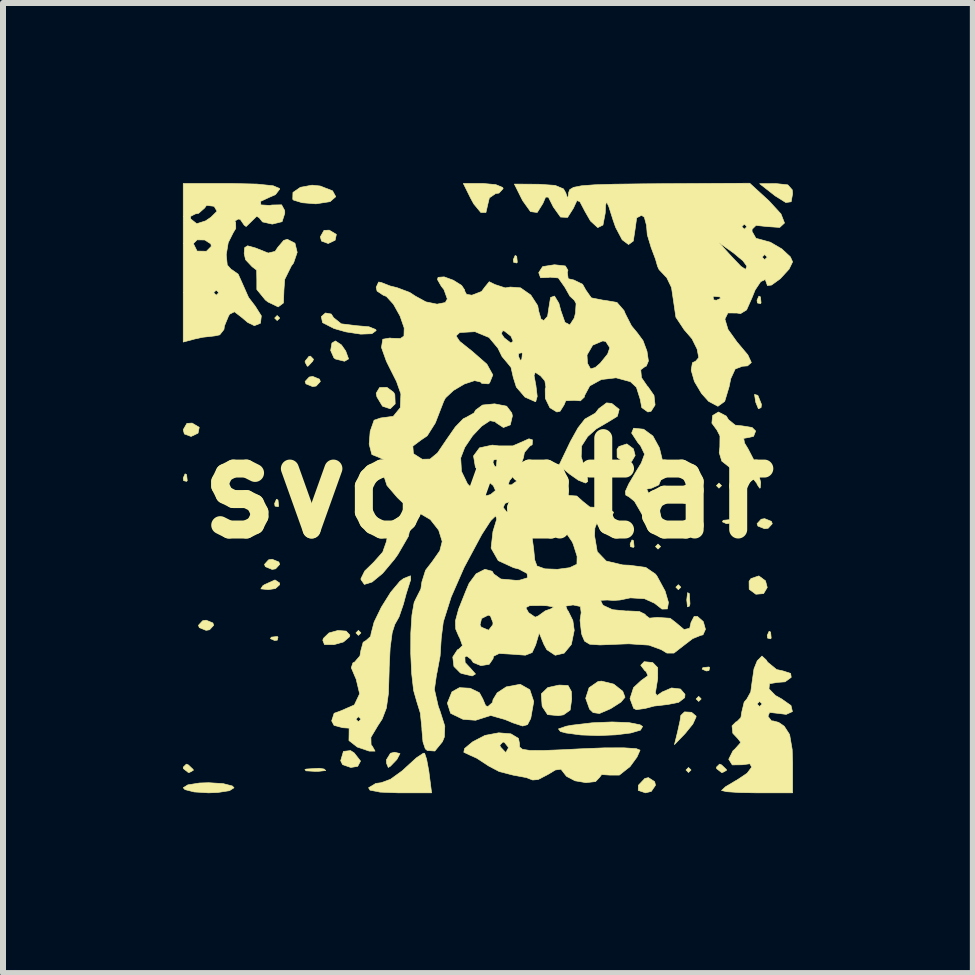
<source format=kicad_pcb>
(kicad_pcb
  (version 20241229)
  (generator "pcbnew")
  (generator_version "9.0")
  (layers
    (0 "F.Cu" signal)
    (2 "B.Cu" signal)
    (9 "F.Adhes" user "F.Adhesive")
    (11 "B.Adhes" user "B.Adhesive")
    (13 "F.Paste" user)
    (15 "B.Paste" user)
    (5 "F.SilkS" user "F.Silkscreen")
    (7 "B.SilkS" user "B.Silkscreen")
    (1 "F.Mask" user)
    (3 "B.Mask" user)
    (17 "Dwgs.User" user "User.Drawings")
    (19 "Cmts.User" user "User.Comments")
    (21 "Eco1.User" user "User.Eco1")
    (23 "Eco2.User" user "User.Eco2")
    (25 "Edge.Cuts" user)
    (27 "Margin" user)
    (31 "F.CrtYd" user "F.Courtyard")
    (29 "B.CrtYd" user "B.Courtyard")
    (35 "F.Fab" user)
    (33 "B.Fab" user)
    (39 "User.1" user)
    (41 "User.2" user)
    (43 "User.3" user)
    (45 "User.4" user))
  (footprint "svovatar"
    (layer "F.Cu")
    (at 5.085 5.089)
    (property "Reference" "svovatar" (at 0 0 0) (layer "F.SilkS") (effects (font (size 1.524 1.524) (thickness 0.3))))
    (attr through_hole)
    (fp_poly (pts (xy -3.471 -2.836) (xy -3.514 -2.794) (xy -3.556 -2.836) (xy -3.514 -2.879) (xy -3.471 -2.836)) (stroke (width 0.01) (type solid)) (fill yes) (layer "F.SilkS"))
    (fp_poly (pts (xy -2.117 2.413) (xy -2.159 2.455) (xy -2.201 2.413) (xy -2.159 2.371) (xy -2.117 2.413)) (stroke (width 0.01) (type solid)) (fill yes) (layer "F.SilkS"))
    (fp_poly (pts (xy 2.371 0.635) (xy 2.328 0.677) (xy 2.286 0.635) (xy 2.328 0.593) (xy 2.371 0.635)) (stroke (width 0.01) (type solid)) (fill yes) (layer "F.SilkS"))
    (fp_poly (pts (xy 2.879 0.974) (xy 2.836 1.016) (xy 2.794 0.974) (xy 2.836 0.931) (xy 2.879 0.974)) (stroke (width 0.01) (type solid)) (fill yes) (layer "F.SilkS"))
    (fp_poly (pts (xy 3.217 1.651) (xy 3.175 1.693) (xy 3.133 1.651) (xy 3.175 1.609) (xy 3.217 1.651)) (stroke (width 0.01) (type solid)) (fill yes) (layer "F.SilkS"))
    (fp_poly (pts (xy 3.387 4.699) (xy 3.344 4.741) (xy 3.302 4.699) (xy 3.344 4.657) (xy 3.387 4.699)) (stroke (width 0.01) (type solid)) (fill yes) (layer "F.SilkS"))
    (fp_poly (pts (xy 3.556 3.514) (xy 3.514 3.556) (xy 3.471 3.514) (xy 3.514 3.471) (xy 3.556 3.514)) (stroke (width 0.01) (type solid)) (fill yes) (layer "F.SilkS"))
    (fp_poly (pts (xy 3.895 -0.042) (xy 3.852 0) (xy 3.81 -0.042) (xy 3.852 -0.085) (xy 3.895 -0.042)) (stroke (width 0.01) (type solid)) (fill yes) (layer "F.SilkS"))
    (fp_poly (pts (xy -5.024 -0.226) (xy -5.013 -0.125) (xy -5.024 -0.113) (xy -5.074 -0.125) (xy -5.08 -0.169) (xy -5.049 -0.239) (xy -5.024 -0.226)) (stroke (width 0.01) (type solid)) (fill yes) (layer "F.SilkS"))
    (fp_poly (pts (xy -3.5 0.198) (xy -3.489 0.298) (xy -3.5 0.31) (xy -3.55 0.299) (xy -3.556 0.254) (xy -3.525 0.184) (xy -3.5 0.198)) (stroke (width 0.01) (type solid)) (fill yes) (layer "F.SilkS"))
    (fp_poly (pts (xy -3.5 2.484) (xy -3.511 2.534) (xy -3.556 2.54) (xy -3.626 2.509) (xy -3.612 2.484) (xy -3.512 2.473) (xy -3.5 2.484)) (stroke (width 0.01) (type solid)) (fill yes) (layer "F.SilkS"))
    (fp_poly (pts (xy 0.48 -3.866) (xy 0.49 -3.766) (xy 0.48 -3.754) (xy 0.429 -3.765) (xy 0.423 -3.81) (xy 0.454 -3.88) (xy 0.48 -3.866)) (stroke (width 0.01) (type solid)) (fill yes) (layer "F.SilkS"))
    (fp_poly (pts (xy 2.427 0.875) (xy 2.437 0.975) (xy 2.427 0.988) (xy 2.377 0.976) (xy 2.371 0.931) (xy 2.402 0.862) (xy 2.427 0.875)) (stroke (width 0.01) (type solid)) (fill yes) (layer "F.SilkS"))
    (fp_poly (pts (xy 3.358 1.757) (xy 3.369 1.93) (xy 3.358 1.968) (xy 3.327 1.979) (xy 3.315 1.863) (xy 3.329 1.742) (xy 3.358 1.757)) (stroke (width 0.01) (type solid)) (fill yes) (layer "F.SilkS"))
    (fp_poly (pts (xy 3.697 2.992) (xy 3.685 3.042) (xy 3.641 3.048) (xy 3.571 3.017) (xy 3.584 2.992) (xy 3.685 2.981) (xy 3.697 2.992)) (stroke (width 0.01) (type solid)) (fill yes) (layer "F.SilkS"))
    (fp_poly (pts (xy 4.036 0.536) (xy 4.024 0.587) (xy 3.979 0.593) (xy 3.91 0.562) (xy 3.923 0.536) (xy 4.023 0.526) (xy 4.036 0.536)) (stroke (width 0.01) (type solid)) (fill yes) (layer "F.SilkS"))
    (fp_poly (pts (xy 4.544 -3.189) (xy 4.554 -3.089) (xy 4.544 -3.076) (xy 4.493 -3.088) (xy 4.487 -3.133) (xy 4.518 -3.202) (xy 4.544 -3.189)) (stroke (width 0.01) (type solid)) (fill yes) (layer "F.SilkS"))
    (fp_poly (pts (xy 4.713 2.399) (xy 4.723 2.499) (xy 4.713 2.512) (xy 4.663 2.5) (xy 4.657 2.455) (xy 4.688 2.386) (xy 4.713 2.399)) (stroke (width 0.01) (type solid)) (fill yes) (layer "F.SilkS"))
    (fp_poly (pts (xy -4.813 -1.014) (xy -4.833 -0.917) (xy -4.949 -0.862) (xy -5.061 -0.903) (xy -5.08 -0.974) (xy -5.019 -1.08) (xy -4.932 -1.085) (xy -4.813 -1.014)) (stroke (width 0.01) (type solid)) (fill yes) (layer "F.SilkS"))
    (fp_poly (pts (xy -2.527 -4.231) (xy -2.547 -4.134) (xy -2.663 -4.079) (xy -2.775 -4.12) (xy -2.794 -4.191) (xy -2.733 -4.298) (xy -2.646 -4.302) (xy -2.527 -4.231)) (stroke (width 0.01) (type solid)) (fill yes) (layer "F.SilkS"))
    (fp_poly (pts (xy 4.498 -1.548) (xy 4.502 -1.544) (xy 4.561 -1.397) (xy 4.554 -1.343) (xy 4.51 -1.323) (xy 4.465 -1.433) (xy 4.445 -1.563) (xy 4.498 -1.548)) (stroke (width 0.01) (type solid)) (fill yes) (layer "F.SilkS"))
    (fp_poly (pts (xy -4.995 4.614) (xy -4.915 4.69) (xy -4.911 4.704) (xy -4.976 4.74) (xy -4.995 4.741) (xy -5.077 4.676) (xy -5.08 4.652) (xy -5.028 4.601) (xy -4.995 4.614)) (stroke (width 0.01) (type solid)) (fill yes) (layer "F.SilkS"))
    (fp_poly (pts (xy -4.586 2.247) (xy -4.572 2.286) (xy -4.641 2.361) (xy -4.699 2.371) (xy -4.812 2.325) (xy -4.826 2.286) (xy -4.757 2.211) (xy -4.699 2.201) (xy -4.586 2.247)) (stroke (width 0.01) (type solid)) (fill yes) (layer "F.SilkS"))
    (fp_poly (pts (xy -3.486 1.231) (xy -3.471 1.27) (xy -3.54 1.345) (xy -3.598 1.355) (xy -3.711 1.309) (xy -3.725 1.27) (xy -3.657 1.195) (xy -3.598 1.185) (xy -3.486 1.231)) (stroke (width 0.01) (type solid)) (fill yes) (layer "F.SilkS"))
    (fp_poly (pts (xy -3.474 1.58) (xy -3.471 1.609) (xy -3.543 1.674) (xy -3.662 1.692) (xy -3.786 1.679) (xy -3.755 1.629) (xy -3.725 1.609) (xy -3.55 1.53) (xy -3.474 1.58)) (stroke (width 0.01) (type solid)) (fill yes) (layer "F.SilkS"))
    (fp_poly (pts (xy -2.908 -2.149) (xy -2.921 -2.117) (xy -2.997 -2.036) (xy -3.011 -2.032) (xy -3.047 -2.098) (xy -3.048 -2.117) (xy -2.983 -2.198) (xy -2.958 -2.201) (xy -2.908 -2.149)) (stroke (width 0.01) (type solid)) (fill yes) (layer "F.SilkS"))
    (fp_poly (pts (xy -2.808 -1.817) (xy -2.794 -1.778) (xy -2.863 -1.703) (xy -2.921 -1.693) (xy -3.034 -1.739) (xy -3.048 -1.778) (xy -2.979 -1.853) (xy -2.921 -1.863) (xy -2.808 -1.817)) (stroke (width 0.01) (type solid)) (fill yes) (layer "F.SilkS"))
    (fp_poly (pts (xy -2.731 4.683) (xy -2.704 4.708) (xy -2.821 4.721) (xy -2.879 4.722) (xy -3.033 4.713) (xy -3.051 4.691) (xy -3.027 4.683) (xy -2.812 4.67) (xy -2.731 4.683)) (stroke (width 0.01) (type solid)) (fill yes) (layer "F.SilkS"))
    (fp_poly (pts (xy -2.23 4.414) (xy -2.124 4.55) (xy -2.171 4.638) (xy -2.286 4.657) (xy -2.423 4.61) (xy -2.455 4.544) (xy -2.409 4.389) (xy -2.291 4.375) (xy -2.23 4.414)) (stroke (width 0.01) (type solid)) (fill yes) (layer "F.SilkS"))
    (fp_poly (pts (xy 2.426 -0.656) (xy 2.455 -0.545) (xy 2.395 -0.444) (xy 2.267 -0.432) (xy 2.154 -0.515) (xy 2.153 -0.649) (xy 2.184 -0.694) (xy 2.316 -0.738) (xy 2.426 -0.656)) (stroke (width 0.01) (type solid)) (fill yes) (layer "F.SilkS"))
    (fp_poly (pts (xy 2.78 4.894) (xy 2.794 4.953) (xy 2.724 5.056) (xy 2.627 5.08) (xy 2.506 5.039) (xy 2.509 4.953) (xy 2.616 4.84) (xy 2.676 4.826) (xy 2.78 4.894)) (stroke (width 0.01) (type solid)) (fill yes) (layer "F.SilkS"))
    (fp_poly (pts (xy 3.895 4.614) (xy 3.975 4.69) (xy 3.979 4.704) (xy 3.914 4.74) (xy 3.895 4.741) (xy 3.813 4.676) (xy 3.81 4.652) (xy 3.862 4.601) (xy 3.895 4.614)) (stroke (width 0.01) (type solid)) (fill yes) (layer "F.SilkS"))
    (fp_poly (pts (xy 4.628 1.545) (xy 4.657 1.656) (xy 4.596 1.758) (xy 4.468 1.769) (xy 4.356 1.686) (xy 4.354 1.553) (xy 4.386 1.507) (xy 4.517 1.463) (xy 4.628 1.545)) (stroke (width 0.01) (type solid)) (fill yes) (layer "F.SilkS"))
    (fp_poly (pts (xy 4.727 0.554) (xy 4.741 0.593) (xy 4.673 0.668) (xy 4.614 0.677) (xy 4.502 0.632) (xy 4.487 0.593) (xy 4.556 0.518) (xy 4.614 0.508) (xy 4.727 0.554)) (stroke (width 0.01) (type solid)) (fill yes) (layer "F.SilkS"))
    (fp_poly (pts (xy -1.466 4.425) (xy -1.514 4.517) (xy -1.524 4.53) (xy -1.625 4.635) (xy -1.661 4.657) (xy -1.69 4.588) (xy -1.693 4.53) (xy -1.625 4.42) (xy -1.556 4.403) (xy -1.466 4.425)) (stroke (width 0.01) (type solid)) (fill yes) (layer "F.SilkS"))
    (fp_poly (pts (xy 5 -5.057) (xy 5.074 -4.974) (xy 5.08 -4.911) (xy 5.056 -4.775) (xy 4.967 -4.762) (xy 4.791 -4.872) (xy 4.741 -4.911) (xy 4.53 -5.076) (xy 4.805 -5.078) (xy 5 -5.057)) (stroke (width 0.01) (type solid)) (fill yes) (layer "F.SilkS"))
    (fp_poly (pts (xy -2.443 -2.389) (xy -2.371 -2.286) (xy -2.323 -2.155) (xy -2.388 -2.117) (xy -2.396 -2.117) (xy -2.541 -2.153) (xy -2.568 -2.173) (xy -2.622 -2.296) (xy -2.601 -2.419) (xy -2.543 -2.455) (xy -2.443 -2.389)) (stroke (width 0.01) (type solid)) (fill yes) (layer "F.SilkS"))
    (fp_poly (pts (xy -2.364 2.383) (xy -2.302 2.449) (xy -2.307 2.477) (xy -2.408 2.564) (xy -2.567 2.609) (xy -2.725 2.608) (xy -2.753 2.536) (xy -2.742 2.503) (xy -2.65 2.414) (xy -2.502 2.373) (xy -2.364 2.383)) (stroke (width 0.01) (type solid)) (fill yes) (layer "F.SilkS"))
    (fp_poly (pts (xy -1.572 -1.598) (xy -1.552 -1.561) (xy -1.546 -1.405) (xy -1.629 -1.324) (xy -1.753 -1.364) (xy -1.761 -1.372) (xy -1.851 -1.522) (xy -1.863 -1.583) (xy -1.806 -1.678) (xy -1.684 -1.681) (xy -1.572 -1.598)) (stroke (width 0.01) (type solid)) (fill yes) (layer "F.SilkS"))
    (fp_poly (pts (xy 3.395 3.737) (xy 3.47 3.8) (xy 3.471 3.814) (xy 3.417 3.932) (xy 3.29 4.089) (xy 3.11 4.276) (xy 3.162 4.064) (xy 3.203 3.88) (xy 3.216 3.789) (xy 3.278 3.73) (xy 3.395 3.737)) (stroke (width 0.01) (type solid)) (fill yes) (layer "F.SilkS"))
    (fp_poly (pts (xy -4.415 4.926) (xy -4.262 4.965) (xy -4.233 4.995) (xy -4.309 5.044) (xy -4.504 5.074) (xy -4.657 5.08) (xy -4.898 5.065) (xy -5.051 5.026) (xy -5.08 4.995) (xy -5.004 4.947) (xy -4.809 4.916) (xy -4.657 4.911) (xy -4.415 4.926)) (stroke (width 0.01) (type solid)) (fill yes) (layer "F.SilkS"))
    (fp_poly (pts (xy -2.797 -5.038) (xy -2.59 -4.957) (xy -2.537 -4.86) (xy -2.631 -4.777) (xy -2.864 -4.741) (xy -2.874 -4.741) (xy -3.097 -4.759) (xy -3.239 -4.802) (xy -3.254 -4.816) (xy -3.251 -4.93) (xy -3.127 -5.016) (xy -2.932 -5.052) (xy -2.797 -5.038)) (stroke (width 0.01) (type solid)) (fill yes) (layer "F.SilkS"))
    (fp_poly (pts (xy 1.336 3.29) (xy 1.391 3.389) (xy 1.397 3.514) (xy 1.371 3.7) (xy 1.261 3.779) (xy 1.175 3.793) (xy 0.995 3.776) (xy 0.908 3.644) (xy 0.903 3.626) (xy 0.89 3.43) (xy 0.999 3.324) (xy 1.187 3.283) (xy 1.336 3.29)) (stroke (width 0.01) (type solid)) (fill yes) (layer "F.SilkS"))
    (fp_poly (pts (xy 0.131 -5.061) (xy 0.246 -5.013) (xy 0.254 -4.995) (xy 0.185 -4.92) (xy 0.127 -4.911) (xy 0.024 -4.84) (xy 0 -4.741) (xy -0.033 -4.596) (xy -0.119 -4.597) (xy -0.236 -4.739) (xy -0.284 -4.826) (xy -0.41 -5.08) (xy -0.078 -5.08) (xy 0.131 -5.061)) (stroke (width 0.01) (type solid)) (fill yes) (layer "F.SilkS"))
    (fp_poly (pts (xy 2.097 3.267) (xy 2.248 3.386) (xy 2.286 3.486) (xy 2.219 3.566) (xy 2.055 3.671) (xy 2.041 3.679) (xy 1.86 3.757) (xy 1.754 3.742) (xy 1.695 3.685) (xy 1.63 3.503) (xy 1.687 3.327) (xy 1.836 3.224) (xy 1.894 3.217) (xy 2.097 3.267)) (stroke (width 0.01) (type solid)) (fill yes) (layer "F.SilkS"))
    (fp_poly (pts (xy -2.612 -2.903) (xy -2.573 -2.842) (xy -2.445 -2.74) (xy -2.192 -2.709) (xy -1.984 -2.691) (xy -1.87 -2.645) (xy -1.863 -2.628) (xy -1.935 -2.575) (xy -2.12 -2.568) (xy -2.366 -2.605) (xy -2.566 -2.662) (xy -2.757 -2.76) (xy -2.778 -2.86) (xy -2.709 -2.921) (xy -2.612 -2.903)) (stroke (width 0.01) (type solid)) (fill yes) (layer "F.SilkS"))
    (fp_poly (pts (xy 2.352 3.909) (xy 2.536 3.945) (xy 2.579 3.974) (xy 2.543 4.035) (xy 2.38 4.082) (xy 2.132 4.113) (xy 1.842 4.125) (xy 1.551 4.115) (xy 1.301 4.082) (xy 1.209 4.057) (xy 1.176 4.014) (xy 1.307 3.969) (xy 1.401 3.952) (xy 1.738 3.912) (xy 2.07 3.898) (xy 2.352 3.909)) (stroke (width 0.01) (type solid)) (fill yes) (layer "F.SilkS"))
    (fp_poly (pts (xy -1.022 4.52) (xy -0.985 4.72) (xy -0.979 4.768) (xy -0.939 5.08) (xy -1.491 5.08) (xy -1.798 5.068) (xy -1.966 5.035) (xy -1.99 4.995) (xy -1.87 4.923) (xy -1.78 4.911) (xy -1.625 4.854) (xy -1.427 4.711) (xy -1.357 4.646) (xy -1.191 4.495) (xy -1.078 4.42) (xy -1.056 4.419) (xy -1.022 4.52)) (stroke (width 0.01) (type solid)) (fill yes) (layer "F.SilkS"))
    (fp_poly (pts (xy -1.368 0.458) (xy -1.282 0.588) (xy -1.325 0.801) (xy -1.501 1.105) (xy -1.558 1.185) (xy -1.755 1.42) (xy -1.931 1.565) (xy -2.06 1.605) (xy -2.116 1.525) (xy -2.117 1.508) (xy -2.054 1.381) (xy -1.905 1.236) (xy -1.754 1.066) (xy -1.693 0.893) (xy -1.651 0.691) (xy -1.551 0.525) (xy -1.43 0.446) (xy -1.368 0.458)) (stroke (width 0.01) (type solid)) (fill yes) (layer "F.SilkS"))
    (fp_poly (pts (xy 2.064 -1.413) (xy 2.189 -1.314) (xy 2.158 -1.198) (xy 2.011 -1.108) (xy 1.806 -0.988) (xy 1.662 -0.859) (xy 1.562 -0.703) (xy 1.555 -0.523) (xy 1.639 -0.261) (xy 1.65 -0.233) (xy 1.665 -0.111) (xy 1.627 -0.085) (xy 1.505 -0.134) (xy 1.364 -0.233) (xy 1.185 -0.381) (xy 1.376 -0.779) (xy 1.502 -1.005) (xy 1.617 -1.152) (xy 1.668 -1.181) (xy 1.791 -1.251) (xy 1.848 -1.325) (xy 1.978 -1.422) (xy 2.064 -1.413)) (stroke (width 0.01) (type solid)) (fill yes) (layer "F.SilkS"))
    (fp_poly (pts (xy -3.217 -4.084) (xy -3.18 -3.932) (xy -3.241 -3.753) (xy -3.277 -3.706) (xy -3.388 -3.481) (xy -3.401 -3.303) (xy -3.409 -3.088) (xy -3.497 -3.022) (xy -3.667 -3.104) (xy -3.711 -3.138) (xy -3.853 -3.312) (xy -3.853 -3.469) (xy -3.856 -3.635) (xy -3.931 -3.692) (xy -4.041 -3.809) (xy -4.064 -3.913) (xy -4.056 -4.01) (xy -4.007 -4.041) (xy -3.876 -4.005) (xy -3.663 -3.92) (xy -3.548 -3.948) (xy -3.505 -4.013) (xy -3.405 -4.131) (xy -3.344 -4.149) (xy -3.217 -4.084)) (stroke (width 0.01) (type solid)) (fill yes) (layer "F.SilkS"))
    (fp_poly (pts (xy 2.747 2.907) (xy 2.831 2.993) (xy 2.831 3.178) (xy 2.821 3.235) (xy 2.792 3.415) (xy 2.819 3.458) (xy 2.906 3.398) (xy 3.062 3.331) (xy 3.21 3.349) (xy 3.286 3.437) (xy 3.281 3.493) (xy 3.18 3.571) (xy 2.999 3.607) (xy 2.771 3.633) (xy 2.62 3.673) (xy 2.476 3.693) (xy 2.43 3.672) (xy 2.369 3.509) (xy 2.428 3.325) (xy 2.551 3.211) (xy 2.668 3.126) (xy 2.637 3.056) (xy 2.617 3.044) (xy 2.548 2.953) (xy 2.605 2.893) (xy 2.747 2.907)) (stroke (width 0.01) (type solid)) (fill yes) (layer "F.SilkS"))
    (fp_poly (pts (xy 0.698 3.36) (xy 0.764 3.557) (xy 0.715 3.833) (xy 0.711 3.845) (xy 0.66 3.943) (xy 0.579 3.966) (xy 0.42 3.914) (xy 0.284 3.857) (xy 0.046 3.79) (xy -0.067 3.826) (xy -0.205 3.87) (xy -0.415 3.854) (xy -0.622 3.754) (xy -0.676 3.584) (xy -0.6 3.396) (xy -0.475 3.326) (xy -0.296 3.336) (xy -0.142 3.41) (xy -0.085 3.515) (xy -0.038 3.627) (xy 0 3.641) (xy 0.077 3.573) (xy 0.085 3.527) (xy 0.154 3.413) (xy 0.306 3.313) (xy 0.538 3.27) (xy 0.698 3.36)) (stroke (width 0.01) (type solid)) (fill yes) (layer "F.SilkS"))
    (fp_poly (pts (xy 2.594 -0.983) (xy 2.597 -0.982) (xy 2.751 -0.869) (xy 2.859 -0.672) (xy 2.916 -0.438) (xy 2.915 -0.216) (xy 2.849 -0.055) (xy 2.729 0) (xy 2.647 0.016) (xy 2.684 0.092) (xy 2.739 0.155) (xy 2.849 0.331) (xy 2.879 0.451) (xy 2.829 0.572) (xy 2.717 0.58) (xy 2.596 0.485) (xy 2.543 0.39) (xy 2.444 0.22) (xy 2.355 0.147) (xy 2.298 0.115) (xy 2.292 0.054) (xy 2.348 -0.07) (xy 2.478 -0.29) (xy 2.557 -0.419) (xy 2.612 -0.567) (xy 2.544 -0.708) (xy 2.501 -0.758) (xy 2.396 -0.919) (xy 2.429 -1) (xy 2.594 -0.983)) (stroke (width 0.01) (type solid)) (fill yes) (layer "F.SilkS"))
    (fp_poly (pts (xy 3.974 -1.202) (xy 4.01 -1.143) (xy 4.122 -1.051) (xy 4.242 -1.038) (xy 4.404 -1.012) (xy 4.464 -0.953) (xy 4.429 -0.864) (xy 4.358 -0.847) (xy 4.264 -0.83) (xy 4.279 -0.751) (xy 4.337 -0.656) (xy 4.43 -0.477) (xy 4.505 -0.27) (xy 4.548 -0.093) (xy 4.54 -0.003) (xy 4.531 0) (xy 4.488 -0.064) (xy 4.487 -0.075) (xy 4.419 -0.163) (xy 4.339 -0.205) (xy 4.05 -0.331) (xy 3.899 -0.451) (xy 3.856 -0.595) (xy 3.867 -0.685) (xy 3.869 -0.87) (xy 3.819 -0.968) (xy 3.734 -1.084) (xy 3.746 -1.211) (xy 3.843 -1.27) (xy 3.974 -1.202)) (stroke (width 0.01) (type solid)) (fill yes) (layer "F.SilkS"))
    (fp_poly (pts (xy 0.383 4.096) (xy 0.509 4.172) (xy 0.526 4.254) (xy 0.528 4.316) (xy 0.576 4.354) (xy 0.699 4.373) (xy 0.922 4.374) (xy 1.272 4.36) (xy 1.52 4.347) (xy 1.938 4.33) (xy 2.265 4.329) (xy 2.473 4.343) (xy 2.537 4.368) (xy 2.486 4.483) (xy 2.37 4.642) (xy 2.191 4.784) (xy 2.034 4.784) (xy 1.896 4.775) (xy 1.863 4.82) (xy 1.795 4.892) (xy 1.635 4.91) (xy 1.452 4.879) (xy 1.311 4.805) (xy 1.286 4.774) (xy 1.218 4.686) (xy 1.124 4.699) (xy 1 4.774) (xy 0.838 4.858) (xy 0.746 4.866) (xy 0.638 4.825) (xy 0.439 4.788) (xy 0.426 4.786) (xy 0.188 4.725) (xy 0.012 4.632) (xy -0.187 4.502) (xy -0.296 4.453) (xy -0.402 4.403) (xy -0.39 4.342) (xy -0.322 4.285) (xy 0.198 4.285) (xy 0.212 4.318) (xy 0.288 4.399) (xy 0.301 4.403) (xy 0.338 4.337) (xy 0.339 4.318) (xy 0.274 4.237) (xy 0.249 4.233) (xy 0.198 4.285) (xy -0.322 4.285) (xy -0.253 4.228) (xy -0.049 4.122) (xy 0.18 4.079) (xy 0.383 4.096)) (stroke (width 0.01) (type solid)) (fill yes) (layer "F.SilkS"))
    (fp_poly (pts (xy -1.287 1.527) (xy -1.3 1.564) (xy -1.362 1.759) (xy -1.409 1.934) (xy -1.482 2.147) (xy -1.553 2.273) (xy -1.596 2.408) (xy -1.63 2.663) (xy -1.646 2.985) (xy -1.647 3.049) (xy -1.658 3.417) (xy -1.693 3.666) (xy -1.763 3.849) (xy -1.836 3.961) (xy -1.951 4.154) (xy -1.948 4.277) (xy -1.925 4.307) (xy -1.882 4.384) (xy -1.979 4.384) (xy -2.179 4.316) (xy -2.317 4.208) (xy -2.315 4.103) (xy -2.314 4.001) (xy -2.42 3.994) (xy -2.566 3.955) (xy -2.605 3.88) (xy -2.596 3.852) (xy -2.201 3.852) (xy -2.159 3.895) (xy -2.117 3.852) (xy -2.159 3.81) (xy -2.201 3.852) (xy -2.596 3.852) (xy -2.564 3.753) (xy -2.448 3.711) (xy -2.227 3.614) (xy -2.139 3.428) (xy -2.198 3.18) (xy -2.205 3.167) (xy -2.278 2.994) (xy -2.251 2.913) (xy -2.223 2.9) (xy -2.134 2.797) (xy -2.117 2.702) (xy -2.08 2.569) (xy -2.032 2.54) (xy -1.956 2.472) (xy -1.947 2.421) (xy -1.898 2.234) (xy -1.777 1.985) (xy -1.621 1.736) (xy -1.468 1.553) (xy -1.407 1.507) (xy -1.291 1.461) (xy -1.287 1.527)) (stroke (width 0.01) (type solid)) (fill yes) (layer "F.SilkS"))
    (fp_poly (pts (xy 4.642 2.867) (xy 4.662 2.9) (xy 4.813 3.024) (xy 4.922 3.048) (xy 5.047 3.089) (xy 5.057 3.154) (xy 4.954 3.229) (xy 4.831 3.238) (xy 4.695 3.26) (xy 4.686 3.346) (xy 4.794 3.457) (xy 4.895 3.513) (xy 5.053 3.624) (xy 5.077 3.725) (xy 4.973 3.772) (xy 4.857 3.757) (xy 4.696 3.739) (xy 4.669 3.804) (xy 4.669 3.804) (xy 4.73 3.882) (xy 4.752 3.88) (xy 4.847 3.905) (xy 4.94 3.969) (xy 5.03 4.108) (xy 5.073 4.358) (xy 5.08 4.582) (xy 5.08 5.08) (xy 4.487 5.08) (xy 4.195 5.075) (xy 3.984 5.061) (xy 3.895 5.041) (xy 3.895 5.04) (xy 3.962 4.978) (xy 4.125 4.881) (xy 4.149 4.868) (xy 4.321 4.753) (xy 4.398 4.651) (xy 4.367 4.595) (xy 4.24 4.612) (xy 4.074 4.614) (xy 4.015 4.52) (xy 4.085 4.38) (xy 4.119 4.349) (xy 4.216 4.24) (xy 4.17 4.179) (xy 4.083 4.086) (xy 4.07 3.963) (xy 4.138 3.895) (xy 4.149 3.895) (xy 4.218 3.824) (xy 4.233 3.73) (xy 4.265 3.598) (xy 4.487 3.598) (xy 4.53 3.641) (xy 4.572 3.598) (xy 4.53 3.556) (xy 4.487 3.598) (xy 4.265 3.598) (xy 4.272 3.568) (xy 4.318 3.514) (xy 4.382 3.398) (xy 4.404 3.234) (xy 4.436 3.013) (xy 4.49 2.879) (xy 4.569 2.799) (xy 4.642 2.867)) (stroke (width 0.01) (type solid)) (fill yes) (layer "F.SilkS"))
    (fp_poly (pts (xy -3.851 -5.07) (xy -3.581 -5.042) (xy -3.473 -4.996) (xy -3.471 -4.987) (xy -3.542 -4.894) (xy -3.641 -4.851) (xy -3.79 -4.782) (xy -3.786 -4.723) (xy -3.64 -4.714) (xy -3.598 -4.721) (xy -3.44 -4.724) (xy -3.388 -4.628) (xy -3.387 -4.582) (xy -3.432 -4.443) (xy -3.593 -4.403) (xy -3.598 -4.403) (xy -3.758 -4.439) (xy -3.813 -4.508) (xy -3.855 -4.534) (xy -3.94 -4.45) (xy -4.031 -4.362) (xy -4.064 -4.386) (xy -4.129 -4.481) (xy -4.163 -4.487) (xy -4.22 -4.453) (xy -4.206 -4.432) (xy -4.204 -4.33) (xy -4.247 -4.259) (xy -4.33 -4.093) (xy -4.363 -3.892) (xy -4.346 -3.721) (xy -4.275 -3.641) (xy -4.267 -3.641) (xy -4.164 -3.568) (xy -4.096 -3.417) (xy -3.991 -3.18) (xy -3.879 -3.033) (xy -3.778 -2.873) (xy -3.792 -2.75) (xy -3.894 -2.709) (xy -4.005 -2.763) (xy -4.108 -2.85) (xy -4.226 -2.941) (xy -4.304 -2.902) (xy -4.324 -2.871) (xy -4.393 -2.704) (xy -4.401 -2.646) (xy -4.472 -2.556) (xy -4.551 -2.539) (xy -4.754 -2.516) (xy -4.889 -2.487) (xy -5.08 -2.436) (xy -5.08 -3.26) (xy -4.572 -3.26) (xy -4.53 -3.217) (xy -4.487 -3.26) (xy -4.53 -3.302) (xy -4.572 -3.26) (xy -5.08 -3.26) (xy -5.08 -4.078) (xy -4.911 -4.078) (xy -4.849 -3.953) (xy -4.695 -3.95) (xy -4.691 -3.952) (xy -4.612 -4.032) (xy -4.62 -4.073) (xy -4.722 -4.138) (xy -4.849 -4.14) (xy -4.911 -4.078) (xy -5.08 -4.078) (xy -5.08 -4.529) (xy -4.962 -4.529) (xy -4.953 -4.487) (xy -4.855 -4.409) (xy -4.708 -4.456) (xy -4.618 -4.517) (xy -4.517 -4.617) (xy -4.56 -4.691) (xy -4.575 -4.701) (xy -4.692 -4.715) (xy -4.722 -4.672) (xy -4.824 -4.582) (xy -4.88 -4.572) (xy -4.962 -4.529) (xy -5.08 -4.529) (xy -5.08 -5.08) (xy -4.276 -5.08) (xy -3.851 -5.07)) (stroke (width 0.01) (type solid)) (fill yes) (layer "F.SilkS"))
    (fp_poly (pts (xy 4.687 -4.789) (xy 4.886 -4.572) (xy 4.945 -4.421) (xy 4.865 -4.347) (xy 4.649 -4.362) (xy 4.47 -4.381) (xy 4.405 -4.317) (xy 4.403 -4.282) (xy 4.469 -4.166) (xy 4.533 -4.149) (xy 4.708 -4.101) (xy 4.9 -3.989) (xy 5.043 -3.856) (xy 5.08 -3.773) (xy 5.021 -3.652) (xy 4.878 -3.496) (xy 4.868 -3.487) (xy 4.728 -3.386) (xy 4.658 -3.378) (xy 4.657 -3.387) (xy 4.624 -3.479) (xy 4.548 -3.443) (xy 4.455 -3.304) (xy 4.402 -3.172) (xy 4.313 -2.972) (xy 4.212 -2.91) (xy 4.151 -2.92) (xy 4.001 -2.921) (xy 3.951 -2.819) (xy 4.003 -2.646) (xy 4.152 -2.438) (xy 4.334 -2.221) (xy 4.392 -2.095) (xy 4.329 -2.039) (xy 4.241 -2.032) (xy 4.123 -1.987) (xy 4.049 -1.826) (xy 4.022 -1.693) (xy 3.948 -1.447) (xy 3.835 -1.365) (xy 3.68 -1.447) (xy 3.562 -1.578) (xy 3.443 -1.778) (xy 3.389 -1.967) (xy 3.41 -2.092) (xy 3.463 -2.117) (xy 3.515 -2.177) (xy 3.488 -2.319) (xy 3.403 -2.49) (xy 3.28 -2.633) (xy 3.276 -2.636) (xy 3.134 -2.85) (xy 3.097 -3.102) (xy 3.084 -3.189) (xy 3.754 -3.189) (xy 3.765 -3.139) (xy 3.81 -3.133) (xy 3.88 -3.164) (xy 3.866 -3.189) (xy 3.766 -3.199) (xy 3.754 -3.189) (xy 3.084 -3.189) (xy 3.061 -3.345) (xy 2.98 -3.513) (xy 2.963 -3.528) (xy 2.853 -3.645) (xy 2.829 -3.697) (xy 2.794 -3.819) (xy 2.722 -4.01) (xy 2.697 -4.093) (xy 3.852 -4.093) (xy 4.058 -3.867) (xy 4.218 -3.699) (xy 4.296 -3.647) (xy 4.316 -3.696) (xy 4.315 -3.704) (xy 4.251 -3.792) (xy 4.178 -3.852) (xy 4.572 -3.852) (xy 4.614 -3.81) (xy 4.657 -3.852) (xy 4.614 -3.895) (xy 4.572 -3.852) (xy 4.178 -3.852) (xy 4.098 -3.919) (xy 4.083 -3.93) (xy 3.852 -4.093) (xy 2.697 -4.093) (xy 2.657 -4.225) (xy 2.646 -4.36) (xy 4.233 -4.36) (xy 4.276 -4.318) (xy 4.318 -4.36) (xy 4.276 -4.403) (xy 4.233 -4.36) (xy 2.646 -4.36) (xy 2.644 -4.382) (xy 2.608 -4.517) (xy 2.561 -4.549) (xy 2.48 -4.507) (xy 2.455 -4.325) (xy 2.424 -4.12) (xy 2.345 -4.062) (xy 2.239 -4.141) (xy 2.129 -4.349) (xy 2.088 -4.466) (xy 2.015 -4.696) (xy 1.978 -4.775) (xy 1.962 -4.716) (xy 1.956 -4.586) (xy 1.918 -4.387) (xy 1.831 -4.344) (xy 1.71 -4.455) (xy 1.617 -4.617) (xy 1.533 -4.777) (xy 1.484 -4.795) (xy 1.432 -4.683) (xy 1.429 -4.674) (xy 1.328 -4.514) (xy 1.211 -4.52) (xy 1.089 -4.691) (xy 1.082 -4.706) (xy 1.008 -4.852) (xy 0.962 -4.853) (xy 0.917 -4.748) (xy 0.822 -4.596) (xy 0.71 -4.611) (xy 0.579 -4.794) (xy 0.565 -4.821) (xy 0.441 -5.07) (xy 0.851 -5.067) (xy 1.121 -5.048) (xy 1.26 -4.99) (xy 1.298 -4.924) (xy 1.329 -4.828) (xy 1.343 -4.898) (xy 1.345 -4.926) (xy 1.364 -4.977) (xy 1.427 -5.015) (xy 1.557 -5.041) (xy 1.778 -5.058) (xy 2.111 -5.068) (xy 2.58 -5.074) (xy 2.86 -5.076) (xy 4.365 -5.084) (xy 4.687 -4.789)) (stroke (width 0.01) (type solid)) (fill yes) (layer "F.SilkS"))
    (fp_poly (pts (xy 1.291 -3.705) (xy 1.334 -3.633) (xy 1.324 -3.598) (xy 1.338 -3.492) (xy 1.432 -3.471) (xy 1.578 -3.4) (xy 1.633 -3.302) (xy 1.724 -3.173) (xy 1.927 -3.133) (xy 1.942 -3.133) (xy 2.151 -3.097) (xy 2.269 -2.961) (xy 2.291 -2.907) (xy 2.394 -2.706) (xy 2.491 -2.589) (xy 2.586 -2.46) (xy 2.652 -2.283) (xy 2.676 -2.12) (xy 2.64 -2.034) (xy 2.626 -2.032) (xy 2.548 -1.974) (xy 2.56 -1.843) (xy 2.655 -1.704) (xy 2.667 -1.693) (xy 2.769 -1.546) (xy 2.787 -1.387) (xy 2.72 -1.282) (xy 2.667 -1.27) (xy 2.565 -1.343) (xy 2.54 -1.479) (xy 2.476 -1.682) (xy 2.376 -1.775) (xy 2.136 -1.84) (xy 1.891 -1.811) (xy 1.698 -1.705) (xy 1.61 -1.541) (xy 1.609 -1.52) (xy 1.542 -1.456) (xy 1.439 -1.464) (xy 1.298 -1.457) (xy 1.27 -1.389) (xy 1.203 -1.282) (xy 1.149 -1.27) (xy 1.033 -1.341) (xy 0.957 -1.498) (xy 0.955 -1.658) (xy 0.967 -1.683) (xy 0.949 -1.79) (xy 0.877 -1.873) (xy 0.789 -1.931) (xy 0.769 -1.878) (xy 0.8 -1.713) (xy 0.822 -1.53) (xy 0.797 -1.443) (xy 0.79 -1.442) (xy 0.618 -1.518) (xy 0.474 -1.685) (xy 0.423 -1.846) (xy 0.385 -2.014) (xy 0.333 -2.078) (xy 0.236 -2.194) (xy 0.232 -2.201) (xy 0.508 -2.201) (xy 0.539 -2.132) (xy 0.564 -2.145) (xy 0.572 -2.22) (xy 1.652 -2.22) (xy 1.66 -2.081) (xy 1.712 -1.988) (xy 1.791 -2.013) (xy 1.873 -2.084) (xy 1.996 -2.236) (xy 2.032 -2.341) (xy 1.965 -2.445) (xy 1.915 -2.455) (xy 1.747 -2.384) (xy 1.652 -2.22) (xy 0.572 -2.22) (xy 0.575 -2.245) (xy 0.564 -2.258) (xy 0.514 -2.246) (xy 0.508 -2.201) (xy 0.232 -2.201) (xy 0.167 -2.334) (xy 0.019 -2.512) (xy -0.136 -2.576) (xy 0.224 -2.576) (xy 0.272 -2.506) (xy 0.383 -2.42) (xy 0.421 -2.45) (xy 0.384 -2.534) (xy 0.275 -2.62) (xy 0.246 -2.625) (xy 0.224 -2.576) (xy -0.136 -2.576) (xy -0.215 -2.609) (xy -0.464 -2.595) (xy -0.476 -2.59) (xy -0.531 -2.538) (xy -0.471 -2.448) (xy -0.282 -2.297) (xy -0.265 -2.284) (xy -0.017 -2.067) (xy 0.082 -1.888) (xy 0.028 -1.755) (xy 0.006 -1.739) (xy -0.104 -1.748) (xy -0.122 -1.77) (xy -0.222 -1.793) (xy -0.392 -1.737) (xy -0.573 -1.63) (xy -0.707 -1.505) (xy -0.736 -1.451) (xy -0.877 -1.087) (xy -1.012 -0.873) (xy -1.122 -0.798) (xy -1.252 -0.7) (xy -1.242 -0.575) (xy -1.097 -0.483) (xy -1.094 -0.482) (xy -0.965 -0.485) (xy -0.84 -0.588) (xy -0.691 -0.808) (xy -0.543 -1.021) (xy -0.411 -1.157) (xy -0.357 -1.183) (xy -0.233 -1.253) (xy -0.204 -1.302) (xy -0.09 -1.386) (xy 0.111 -1.406) (xy 0.312 -1.367) (xy 0.398 -1.254) (xy 0.408 -1.204) (xy 0.373 -1.055) (xy 0.258 -1.011) (xy 0.132 -1.094) (xy 0.123 -1.108) (xy 0.034 -1.125) (xy -0.104 -1.034) (xy -0.256 -0.873) (xy -0.386 -0.68) (xy -0.454 -0.503) (xy -0.441 -0.28) (xy -0.34 -0.071) (xy -0.188 0.079) (xy -0.02 0.126) (xy 0.046 0.105) (xy 0.126 0.038) (xy 0.09 -0.042) (xy -0.034 -0.147) (xy -0.209 -0.35) (xy -0.221 -0.423) (xy 0.085 -0.423) (xy 0.116 -0.354) (xy 0.141 -0.367) (xy 0.151 -0.467) (xy 0.141 -0.48) (xy 0.091 -0.468) (xy 0.085 -0.423) (xy -0.221 -0.423) (xy -0.24 -0.537) (xy -0.141 -0.672) (xy 0.073 -0.718) (xy 0.181 -0.705) (xy 0.415 -0.705) (xy 0.552 -0.764) (xy 0.684 -0.823) (xy 0.743 -0.805) (xy 0.738 -0.724) (xy 0.699 -0.701) (xy 0.608 -0.595) (xy 0.593 -0.511) (xy 0.531 -0.331) (xy 0.466 -0.254) (xy 0.359 -0.124) (xy 0.339 -0.058) (xy 0.391 -0.054) (xy 0.523 -0.149) (xy 0.594 -0.213) (xy 0.761 -0.362) (xy 0.863 -0.403) (xy 0.956 -0.349) (xy 0.994 -0.312) (xy 1.09 -0.167) (xy 1.047 -0.018) (xy 1.045 -0.015) (xy 1 0.085) (xy 1.061 0.121) (xy 1.241 0.114) (xy 1.482 0.131) (xy 1.581 0.22) (xy 1.7 0.315) (xy 1.845 0.322) (xy 2.018 0.339) (xy 2.095 0.402) (xy 2.057 0.488) (xy 1.954 0.508) (xy 1.832 0.54) (xy 1.783 0.667) (xy 1.778 0.794) (xy 1.823 1.059) (xy 1.972 1.215) (xy 2.248 1.28) (xy 2.361 1.285) (xy 2.631 1.321) (xy 2.794 1.433) (xy 2.821 1.47) (xy 2.954 1.715) (xy 3.01 1.905) (xy 2.992 2.014) (xy 2.902 2.016) (xy 2.777 1.918) (xy 2.61 1.843) (xy 2.375 1.829) (xy 2.201 1.865) (xy 2.092 1.872) (xy 1.99 1.865) (xy 1.877 1.87) (xy 1.911 1.941) (xy 1.927 1.957) (xy 2.078 2.026) (xy 2.306 2.048) (xy 2.329 2.047) (xy 2.524 2.056) (xy 2.622 2.104) (xy 2.625 2.116) (xy 2.693 2.167) (xy 2.821 2.155) (xy 3.038 2.169) (xy 3.128 2.238) (xy 3.27 2.357) (xy 3.364 2.336) (xy 3.387 2.237) (xy 3.438 2.139) (xy 3.493 2.138) (xy 3.591 2.225) (xy 3.627 2.353) (xy 3.586 2.445) (xy 3.546 2.455) (xy 3.413 2.509) (xy 3.25 2.634) (xy 3.101 2.75) (xy 2.985 2.75) (xy 2.889 2.692) (xy 2.684 2.617) (xy 2.349 2.595) (xy 2.165 2.602) (xy 1.868 2.614) (xy 1.697 2.602) (xy 1.612 2.551) (xy 1.569 2.451) (xy 1.56 2.417) (xy 1.536 2.204) (xy 1.555 2.075) (xy 1.542 1.973) (xy 1.42 1.947) (xy 1.298 1.966) (xy 1.325 2.036) (xy 1.338 2.049) (xy 1.416 2.207) (xy 1.439 2.371) (xy 1.391 2.606) (xy 1.271 2.751) (xy 1.122 2.786) (xy 0.982 2.693) (xy 0.933 2.603) (xy 0.855 2.413) (xy 0.796 2.613) (xy 0.737 2.741) (xy 0.625 2.785) (xy 0.411 2.769) (xy 0.188 2.756) (xy 0.094 2.802) (xy 0.085 2.844) (xy 0.021 2.937) (xy -0.116 2.959) (xy -0.244 2.908) (xy -0.278 2.857) (xy -0.351 2.799) (xy -0.384 2.816) (xy -0.38 2.908) (xy -0.29 3.004) (xy -0.207 3.098) (xy -0.262 3.131) (xy -0.432 3.091) (xy -0.459 3.081) (xy -0.567 2.972) (xy -0.586 2.815) (xy -0.509 2.696) (xy -0.487 2.685) (xy -0.424 2.625) (xy -0.471 2.495) (xy -0.486 2.469) (xy -0.537 2.349) (xy -0.539 2.281) (xy -0.132 2.281) (xy -0.111 2.317) (xy 0.012 2.368) (xy 0.082 2.277) (xy 0.085 2.244) (xy 0.042 2.131) (xy 0.005 2.117) (xy -0.106 2.173) (xy -0.132 2.281) (xy -0.539 2.281) (xy -0.541 2.211) (xy -0.488 2.014) (xy -0.479 1.993) (xy 0.632 1.993) (xy 0.677 2.074) (xy 0.681 2.078) (xy 0.788 2.151) (xy 0.839 2.13) (xy 0.955 2.046) (xy 1.058 2.009) (xy 1.096 1.981) (xy 0.985 1.961) (xy 0.9 1.957) (xy 0.696 1.959) (xy 0.632 1.993) (xy -0.479 1.993) (xy -0.37 1.719) (xy -0.314 1.587) (xy -0.196 1.427) (xy -0.05 1.353) (xy 0.07 1.385) (xy 0.099 1.432) (xy 0.216 1.515) (xy 0.47 1.537) (xy 0.529 1.534) (xy 0.662 1.494) (xy 0.653 1.422) (xy 0.517 1.349) (xy 0.428 1.326) (xy 0.172 1.208) (xy 0.053 0.999) (xy 0.084 0.722) (xy 0.087 0.713) (xy 0.101 0.667) (xy 0.618 0.667) (xy 0.67 0.715) (xy 0.738 0.834) (xy 0.762 1.007) (xy 0.781 1.199) (xy 0.818 1.298) (xy 0.95 1.345) (xy 1.158 1.353) (xy 1.362 1.326) (xy 1.482 1.269) (xy 1.484 1.266) (xy 1.487 1.137) (xy 1.423 0.935) (xy 1.405 0.894) (xy 1.257 0.677) (xy 1.047 0.579) (xy 0.995 0.569) (xy 0.782 0.561) (xy 0.645 0.599) (xy 0.618 0.667) (xy 0.101 0.667) (xy 0.147 0.516) (xy 0.13 0.461) (xy 0.046 0.543) (xy -0.095 0.761) (xy -0.106 0.779) (xy -0.397 1.322) (xy -0.613 1.815) (xy -0.744 2.229) (xy -0.778 2.498) (xy -0.797 2.797) (xy -0.849 3.077) (xy -0.856 3.102) (xy -0.892 3.356) (xy -0.828 3.637) (xy -0.801 3.709) (xy -0.719 3.967) (xy -0.726 4.148) (xy -0.758 4.227) (xy -0.885 4.383) (xy -1.011 4.374) (xy -1.044 4.346) (xy -1.083 4.23) (xy -1.101 4.024) (xy -1.101 4.002) (xy -1.127 3.75) (xy -1.189 3.549) (xy -1.189 3.548) (xy -1.239 3.373) (xy -1.271 3.093) (xy -1.287 2.758) (xy -1.286 2.416) (xy -1.267 2.116) (xy -1.23 1.906) (xy -1.2 1.843) (xy -1.118 1.681) (xy -1.101 1.563) (xy -1.04 1.369) (xy -0.931 1.228) (xy -0.802 1.044) (xy -0.762 0.889) (xy -0.821 0.7) (xy -0.96 0.523) (xy -1.123 0.427) (xy -1.155 0.423) (xy -1.261 0.369) (xy -1.321 0.321) (xy 0.254 0.321) (xy 0.314 0.398) (xy 0.439 0.398) (xy 0.548 0.327) (xy 0.565 0.293) (xy 0.52 0.223) (xy 0.424 0.206) (xy 0.286 0.253) (xy 0.254 0.321) (xy -1.321 0.321) (xy -1.432 0.231) (xy -1.507 0.16) (xy -1.683 -0.045) (xy -1.738 -0.214) (xy -1.726 -0.306) (xy -1.717 -0.464) (xy -1.804 -0.508) (xy -1.935 -0.561) (xy -1.98 -0.734) (xy -1.963 -0.948) (xy -1.898 -1.133) (xy -1.789 -1.17) (xy -1.578 -1.198) (xy -1.461 -1.342) (xy -1.451 -1.571) (xy -1.524 -1.779) (xy -1.637 -2.003) (xy -1.693 -2.116) (xy -1.775 -2.346) (xy -1.753 -2.483) (xy -1.632 -2.504) (xy -1.616 -2.5) (xy -1.46 -2.495) (xy -1.4 -2.536) (xy -1.396 -2.671) (xy -1.465 -2.87) (xy -1.575 -3.067) (xy -1.693 -3.197) (xy -1.745 -3.217) (xy -1.848 -3.286) (xy -1.863 -3.349) (xy -1.822 -3.437) (xy -1.778 -3.429) (xy -1.63 -3.371) (xy -1.516 -3.343) (xy -1.305 -3.264) (xy -1.21 -3.202) (xy -1.034 -3.106) (xy -0.848 -3.068) (xy -0.711 -3.095) (xy -0.677 -3.155) (xy -0.733 -3.311) (xy -0.778 -3.368) (xy -0.841 -3.478) (xy -0.831 -3.515) (xy -0.73 -3.523) (xy -0.577 -3.467) (xy -0.439 -3.381) (xy -0.385 -3.3) (xy -0.389 -3.29) (xy -0.357 -3.232) (xy -0.268 -3.217) (xy -0.106 -3.279) (xy -0.05 -3.354) (xy 0.022 -3.442) (xy 0.117 -3.395) (xy 0.289 -3.339) (xy 0.373 -3.353) (xy 0.544 -3.34) (xy 0.715 -3.22) (xy 0.83 -3.043) (xy 0.847 -2.95) (xy 0.885 -2.82) (xy 0.931 -2.794) (xy 0.995 -2.866) (xy 1.016 -3.006) (xy 1.044 -3.179) (xy 1.11 -3.203) (xy 1.183 -3.083) (xy 1.215 -2.963) (xy 1.284 -2.765) (xy 1.366 -2.722) (xy 1.44 -2.838) (xy 1.46 -2.921) (xy 1.47 -3.079) (xy 1.441 -3.133) (xy 1.367 -3.201) (xy 1.283 -3.35) (xy 1.174 -3.505) (xy 1.031 -3.518) (xy 1.015 -3.513) (xy 0.878 -3.508) (xy 0.847 -3.593) (xy 0.912 -3.694) (xy 1.11 -3.725) (xy 1.291 -3.705)) (stroke (width 0.01) (type solid)) (fill yes) (layer "F.SilkS")))
  (gr_rect
    (start -3 -3)
    (end 13.17 13.174)
    (stroke (width 0.1) (type default))
    (fill no)
    (layer "Edge.Cuts")))
</source>
